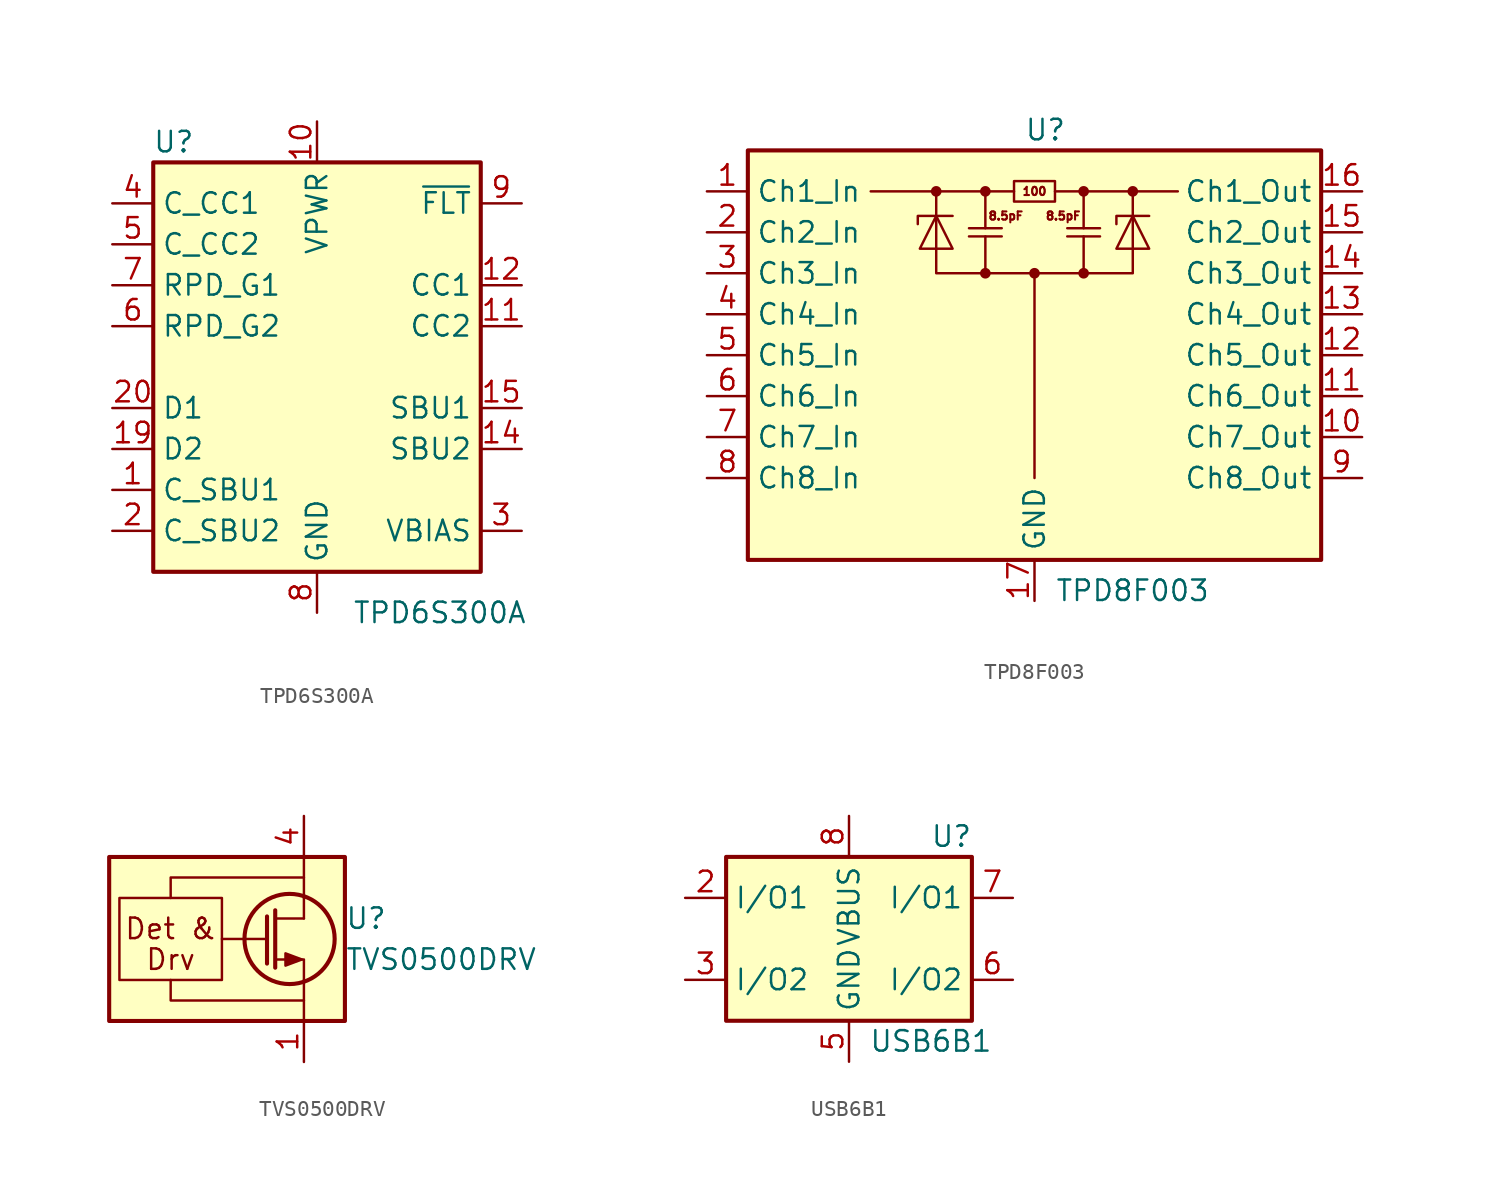
<source format=kicad_sym>
(kicad_symbol_lib
  (version 20241209)
  (generator "kicad_symbol_editor")
  (generator_version "9.0")
  (symbol "TPD6S300A"
    (property "Reference" "U"
      (at -8.89 13.97 0)
      (effects (font (size 1.27 1.27))))
    (property "Value" "TPD6S300A"
      (at 7.62 -15.24 0)
      (effects (font (size 1.27 1.27))))
    (symbol "TPD6S300A_0_1"
      (rectangle (start -10.16 12.7) (end 10.16 -12.7) (stroke (width 0.254) (type solid)) (fill (type background))))
    (symbol "TPD6S300A_1_1"
      (pin bidirectional line (at -12.7 10.16 0) (length 2.54) (name "C_CC1" (effects (font (size 1.27 1.27)))) (number "4" (effects (font (size 1.27 1.27)))))
      (pin bidirectional line (at -12.7 7.62 0) (length 2.54) (name "C_CC2" (effects (font (size 1.27 1.27)))) (number "5" (effects (font (size 1.27 1.27)))))
      (pin bidirectional line (at -12.7 5.08 0) (length 2.54) (name "RPD_G1" (effects (font (size 1.27 1.27)))) (number "7" (effects (font (size 1.27 1.27)))))
      (pin bidirectional line (at -12.7 2.54 0) (length 2.54) (name "RPD_G2" (effects (font (size 1.27 1.27)))) (number "6" (effects (font (size 1.27 1.27)))))
      (pin passive line (at -12.7 -2.54 0) (length 2.54) (name "D1" (effects (font (size 1.27 1.27)))) (number "20" (effects (font (size 1.27 1.27)))))
      (pin passive line (at -12.7 -5.08 0) (length 2.54) (name "D2" (effects (font (size 1.27 1.27)))) (number "19" (effects (font (size 1.27 1.27)))))
      (pin bidirectional line (at -12.7 -7.62 0) (length 2.54) (name "C_SBU1" (effects (font (size 1.27 1.27)))) (number "1" (effects (font (size 1.27 1.27)))))
      (pin bidirectional line (at -12.7 -10.16 0) (length 2.54) (name "C_SBU2" (effects (font (size 1.27 1.27)))) (number "2" (effects (font (size 1.27 1.27)))))
      (pin power_in line (at 0 15.24 270) (length 2.54) (name "VPWR" (effects (font (size 1.27 1.27)))) (number "10" (effects (font (size 1.27 1.27)))))
      (pin passive line (at 0 -15.24 90) (length 2.54) (hide yes) (name "GND" (effects (font (size 1.27 1.27)))) (number "13" (effects (font (size 1.27 1.27)))))
      (pin passive line (at 0 -15.24 90) (length 2.54) (hide yes) (name "GND" (effects (font (size 1.27 1.27)))) (number "16" (effects (font (size 1.27 1.27)))))
      (pin passive line (at 0 -15.24 90) (length 2.54) (hide yes) (name "GND" (effects (font (size 1.27 1.27)))) (number "17" (effects (font (size 1.27 1.27)))))
      (pin passive line (at 0 -15.24 90) (length 2.54) (hide yes) (name "GND" (effects (font (size 1.27 1.27)))) (number "18" (effects (font (size 1.27 1.27)))))
      (pin passive line (at 0 -15.24 90) (length 2.54) (hide yes) (name "GND" (effects (font (size 1.27 1.27)))) (number "21" (effects (font (size 1.27 1.27)))))
      (pin power_in line (at 0 -15.24 90) (length 2.54) (name "GND" (effects (font (size 1.27 1.27)))) (number "8" (effects (font (size 1.27 1.27)))))
      (pin open_collector line (at 12.7 10.16 180) (length 2.54) (name "~{FLT}" (effects (font (size 1.27 1.27)))) (number "9" (effects (font (size 1.27 1.27)))))
      (pin bidirectional line (at 12.7 5.08 180) (length 2.54) (name "CC1" (effects (font (size 1.27 1.27)))) (number "12" (effects (font (size 1.27 1.27)))))
      (pin bidirectional line (at 12.7 2.54 180) (length 2.54) (name "CC2" (effects (font (size 1.27 1.27)))) (number "11" (effects (font (size 1.27 1.27)))))
      (pin bidirectional line (at 12.7 -2.54 180) (length 2.54) (name "SBU1" (effects (font (size 1.27 1.27)))) (number "15" (effects (font (size 1.27 1.27)))))
      (pin bidirectional line (at 12.7 -5.08 180) (length 2.54) (name "SBU2" (effects (font (size 1.27 1.27)))) (number "14" (effects (font (size 1.27 1.27)))))
      (pin passive line (at 12.7 -10.16 180) (length 2.54) (name "VBIAS" (effects (font (size 1.27 1.27)))) (number "3" (effects (font (size 1.27 1.27)))))))
  (symbol "TPD8F003"
    (property "Reference" "U"
      (at -0.635 13.97 0)
      (effects (font (size 1.27 1.27)) (justify left)))
    (property "Value" "TPD8F003"
      (at 1.27 -14.605 0)
      (effects (font (size 1.27 1.27)) (justify left)))
    (symbol "TPD8F003_0_0"
      (circle (center -6.096 10.16) (radius 0.254) (stroke (width 0) (type default)) (fill (type outline)))
      (polyline (pts (xy -6.096 10.16) (xy -6.096 5.08) (xy 6.096 5.08) (xy 6.096 10.16)) (stroke (width 0) (type default)) (fill (type none)))
      (circle (center -3.048 10.16) (radius 0.254) (stroke (width 0) (type default)) (fill (type outline)))
      (circle (center -3.048 5.08) (radius 0.254) (stroke (width 0) (type default)) (fill (type outline)))
      (circle (center 0 5.08) (radius 0.254) (stroke (width 0) (type default)) (fill (type outline)))
      (circle (center 3.048 10.16) (radius 0.254) (stroke (width 0) (type default)) (fill (type outline)))
      (circle (center 3.048 5.08) (radius 0.254) (stroke (width 0) (type default)) (fill (type outline)))
      (circle (center 6.096 10.16) (radius 0.254) (stroke (width 0) (type default)) (fill (type outline)))
      (text "8.5pF" (at -1.778 8.636 0) (effects (font (size 0.508 0.508))))
      (text "100" (at 0 10.16 0) (effects (font (size 0.508 0.508))))
      (text "8.5pF" (at 1.778 8.636 0) (effects (font (size 0.508 0.508)))))
    (symbol "TPD8F003_0_1"
      (rectangle (start -17.78 12.7) (end 17.78 -12.7) (stroke (width 0.254) (type default)) (fill (type background)))
      (polyline (pts (xy -6.096 8.636) (xy -5.08 6.604) (xy -7.112 6.604) (xy -6.096 8.636)) (stroke (width 0) (type default)) (fill (type none)))
      (polyline (pts (xy -5.08 8.636) (xy -7.239 8.636) (xy -7.239 8.128)) (stroke (width 0) (type default)) (fill (type none)))
      (polyline (pts (xy -4.064 7.874) (xy -2.032 7.874)) (stroke (width 0) (type default)) (fill (type none)))
      (polyline (pts (xy -3.048 10.16) (xy -3.048 7.874)) (stroke (width 0) (type default)) (fill (type none)))
      (polyline (pts (xy -3.048 7.366) (xy -3.048 5.08)) (stroke (width 0) (type default)) (fill (type none)))
      (polyline (pts (xy -2.032 7.366) (xy -4.064 7.366)) (stroke (width 0) (type default)) (fill (type none)))
      (polyline (pts (xy -1.27 10.16) (xy -10.16 10.16)) (stroke (width 0) (type default)) (fill (type none)))
      (polyline (pts (xy -1.27 10.16) (xy -1.27 9.525) (xy 1.27 9.525) (xy 1.27 10.795) (xy -1.27 10.795) (xy -1.27 10.16)) (stroke (width 0) (type default)) (fill (type none)))
      (polyline (pts (xy 0 5.08) (xy 0 -7.62)) (stroke (width 0) (type default)) (fill (type none)))
      (polyline (pts (xy 1.27 10.16) (xy 8.89 10.16)) (stroke (width 0) (type default)) (fill (type none)))
      (polyline (pts (xy 2.032 7.874) (xy 4.064 7.874)) (stroke (width 0) (type default)) (fill (type none)))
      (polyline (pts (xy 3.048 10.16) (xy 3.048 7.874)) (stroke (width 0) (type default)) (fill (type none)))
      (polyline (pts (xy 3.048 7.366) (xy 3.048 5.08)) (stroke (width 0) (type default)) (fill (type none)))
      (polyline (pts (xy 4.064 7.366) (xy 2.032 7.366)) (stroke (width 0) (type default)) (fill (type none)))
      (polyline (pts (xy 5.08 8.128) (xy 5.08 8.636) (xy 7.112 8.636)) (stroke (width 0) (type default)) (fill (type none)))
      (polyline (pts (xy 6.096 8.636) (xy 5.08 6.604) (xy 7.112 6.604) (xy 6.096 8.636)) (stroke (width 0) (type default)) (fill (type none))))
    (symbol "TPD8F003_1_1"
      (pin passive line (at -20.32 10.16 0) (length 2.54) (name "Ch1_In" (effects (font (size 1.27 1.27)))) (number "1" (effects (font (size 1.27 1.27)))))
      (pin passive line (at -20.32 7.62 0) (length 2.54) (name "Ch2_In" (effects (font (size 1.27 1.27)))) (number "2" (effects (font (size 1.27 1.27)))))
      (pin passive line (at -20.32 5.08 0) (length 2.54) (name "Ch3_In" (effects (font (size 1.27 1.27)))) (number "3" (effects (font (size 1.27 1.27)))))
      (pin passive line (at -20.32 2.54 0) (length 2.54) (name "Ch4_In" (effects (font (size 1.27 1.27)))) (number "4" (effects (font (size 1.27 1.27)))))
      (pin passive line (at -20.32 0 0) (length 2.54) (name "Ch5_In" (effects (font (size 1.27 1.27)))) (number "5" (effects (font (size 1.27 1.27)))))
      (pin passive line (at -20.32 -2.54 0) (length 2.54) (name "Ch6_In" (effects (font (size 1.27 1.27)))) (number "6" (effects (font (size 1.27 1.27)))))
      (pin passive line (at -20.32 -5.08 0) (length 2.54) (name "Ch7_In" (effects (font (size 1.27 1.27)))) (number "7" (effects (font (size 1.27 1.27)))))
      (pin passive line (at -20.32 -7.62 0) (length 2.54) (name "Ch8_In" (effects (font (size 1.27 1.27)))) (number "8" (effects (font (size 1.27 1.27)))))
      (pin power_in line (at 0 -15.24 90) (length 2.54) (name "GND" (effects (font (size 1.27 1.27)))) (number "17" (effects (font (size 1.27 1.27)))))
      (pin passive line (at 20.32 10.16 180) (length 2.54) (name "Ch1_Out" (effects (font (size 1.27 1.27)))) (number "16" (effects (font (size 1.27 1.27)))))
      (pin passive line (at 20.32 7.62 180) (length 2.54) (name "Ch2_Out" (effects (font (size 1.27 1.27)))) (number "15" (effects (font (size 1.27 1.27)))))
      (pin passive line (at 20.32 5.08 180) (length 2.54) (name "Ch3_Out" (effects (font (size 1.27 1.27)))) (number "14" (effects (font (size 1.27 1.27)))))
      (pin passive line (at 20.32 2.54 180) (length 2.54) (name "Ch4_Out" (effects (font (size 1.27 1.27)))) (number "13" (effects (font (size 1.27 1.27)))))
      (pin passive line (at 20.32 0 180) (length 2.54) (name "Ch5_Out" (effects (font (size 1.27 1.27)))) (number "12" (effects (font (size 1.27 1.27)))))
      (pin passive line (at 20.32 -2.54 180) (length 2.54) (name "Ch6_Out" (effects (font (size 1.27 1.27)))) (number "11" (effects (font (size 1.27 1.27)))))
      (pin passive line (at 20.32 -5.08 180) (length 2.54) (name "Ch7_Out" (effects (font (size 1.27 1.27)))) (number "10" (effects (font (size 1.27 1.27)))))
      (pin passive line (at 20.32 -7.62 180) (length 2.54) (name "Ch8_Out" (effects (font (size 1.27 1.27)))) (number "9" (effects (font (size 1.27 1.27)))))))
  (symbol "TVS0500DRV"
    (pin_names
      (offset 0)
      (hide yes))
    (property "Reference" "U"
      (at 2.54 1.27 0)
      (effects (font (size 1.27 1.27)) (justify left)))
    (property "Value" "TVS0500DRV"
      (at 2.54 -1.27 0)
      (effects (font (size 1.27 1.27)) (justify left)))
    (symbol "TVS0500DRV_0_0"
      (rectangle (start -11.43 2.54) (end -5.08 -2.54) (stroke (width 0) (type default)) (fill (type none)))
      (polyline (pts (xy -8.255 2.54) (xy -8.255 3.81) (xy 0 3.81)) (stroke (width 0) (type default)) (fill (type none)))
      (polyline (pts (xy -8.255 -2.54) (xy -8.255 -3.81) (xy 0 -3.81)) (stroke (width 0) (type default)) (fill (type none)))
      (polyline (pts (xy 0 1.27) (xy -1.778 1.27)) (stroke (width 0) (type default)) (fill (type none)))
      (text "Det &" (at -8.255 0.635 0) (effects (font (size 1.27 1.27))))
      (text "Drv" (at -8.255 -1.27 0) (effects (font (size 1.27 1.27)))))
    (symbol "TVS0500DRV_0_1"
      (rectangle (start -12.065 5.08) (end 2.54 -5.08) (stroke (width 0.254) (type default)) (fill (type background)))
      (polyline (pts (xy -2.286 1.397) (xy -2.286 -1.524)) (stroke (width 0.254) (type default)) (fill (type none)))
      (polyline (pts (xy -2.286 0) (xy -5.08 0)) (stroke (width 0) (type default)) (fill (type none)))
      (polyline (pts (xy -1.778 1.778) (xy -1.778 -1.778)) (stroke (width 0.254) (type default)) (fill (type none)))
      (circle (center -0.889 0) (radius 2.794) (stroke (width 0.254) (type default)) (fill (type none)))
      (polyline (pts (xy -0.127 -1.27) (xy -1.143 -1.651) (xy -1.143 -0.889) (xy -0.127 -1.27)) (stroke (width 0) (type default)) (fill (type outline)))
      (polyline (pts (xy 0 5.08) (xy 0 2.54)) (stroke (width 0) (type default)) (fill (type none)))
      (polyline (pts (xy 0 2.54) (xy 0 1.27)) (stroke (width 0) (type default)) (fill (type none)))
      (polyline (pts (xy 0 -2.54) (xy 0 -5.08)) (stroke (width 0) (type default)) (fill (type none)))
      (polyline (pts (xy 0 -2.54) (xy 0 -1.27) (xy -1.778 -1.27)) (stroke (width 0) (type default)) (fill (type none))))
    (symbol "TVS0500DRV_1_1"
      (pin passive line (at 0 7.62 270) (length 2.54) (name "IN" (effects (font (size 1.27 1.27)))) (number "4" (effects (font (size 1.27 1.27)))))
      (pin passive line (at 0 7.62 270) (length 2.54) (hide yes) (name "IN" (effects (font (size 1.27 1.27)))) (number "5" (effects (font (size 1.27 1.27)))))
      (pin passive line (at 0 7.62 270) (length 2.54) (hide yes) (name "IN" (effects (font (size 1.27 1.27)))) (number "6" (effects (font (size 1.27 1.27)))))
      (pin power_in line (at 0 -7.62 90) (length 2.54) (name "GND" (effects (font (size 1.27 1.27)))) (number "1" (effects (font (size 1.27 1.27)))))
      (pin passive line (at 0 -7.62 90) (length 2.54) (hide yes) (name "GND" (effects (font (size 1.27 1.27)))) (number "2" (effects (font (size 1.27 1.27)))))
      (pin passive line (at 0 -7.62 90) (length 2.54) (hide yes) (name "GND" (effects (font (size 1.27 1.27)))) (number "3" (effects (font (size 1.27 1.27)))))
      (pin passive line (at 0 -7.62 90) (length 2.54) (hide yes) (name "GND" (effects (font (size 1.27 1.27)))) (number "7" (effects (font (size 1.27 1.27)))))))
  (symbol "USB6B1"
    (property "Reference" "U"
      (at 6.35 6.35 0)
      (effects (font (size 1.27 1.27))))
    (property "Value" "USB6B1"
      (at 5.08 -6.35 0)
      (effects (font (size 1.27 1.27))))
    (symbol "USB6B1_0_1"
      (rectangle (start -7.62 -5.08) (end 7.62 5.08) (stroke (width 0.254) (type default)) (fill (type background))))
    (symbol "USB6B1_1_1"
      (pin passive line (at -10.16 2.54 0) (length 2.54) (name "I/O1" (effects (font (size 1.27 1.27)))) (number "2" (effects (font (size 1.27 1.27)))))
      (pin passive line (at -10.16 -2.54 0) (length 2.54) (name "I/O2" (effects (font (size 1.27 1.27)))) (number "3" (effects (font (size 1.27 1.27)))))
      (pin passive line (at 0 7.62 270) (length 2.54) (hide yes) (name "VBUS" (effects (font (size 1.27 1.27)))) (number "1" (effects (font (size 1.27 1.27)))))
      (pin passive line (at 0 7.62 270) (length 2.54) (name "VBUS" (effects (font (size 1.27 1.27)))) (number "8" (effects (font (size 1.27 1.27)))))
      (pin passive line (at 0 -7.62 90) (length 2.54) (hide yes) (name "GND" (effects (font (size 1.27 1.27)))) (number "4" (effects (font (size 1.27 1.27)))))
      (pin passive line (at 0 -7.62 90) (length 2.54) (name "GND" (effects (font (size 1.27 1.27)))) (number "5" (effects (font (size 1.27 1.27)))))
      (pin passive line (at 10.16 2.54 180) (length 2.54) (name "I/O1" (effects (font (size 1.27 1.27)))) (number "7" (effects (font (size 1.27 1.27)))))
      (pin passive line (at 10.16 -2.54 180) (length 2.54) (name "I/O2" (effects (font (size 1.27 1.27)))) (number "6" (effects (font (size 1.27 1.27))))))))
</source>
